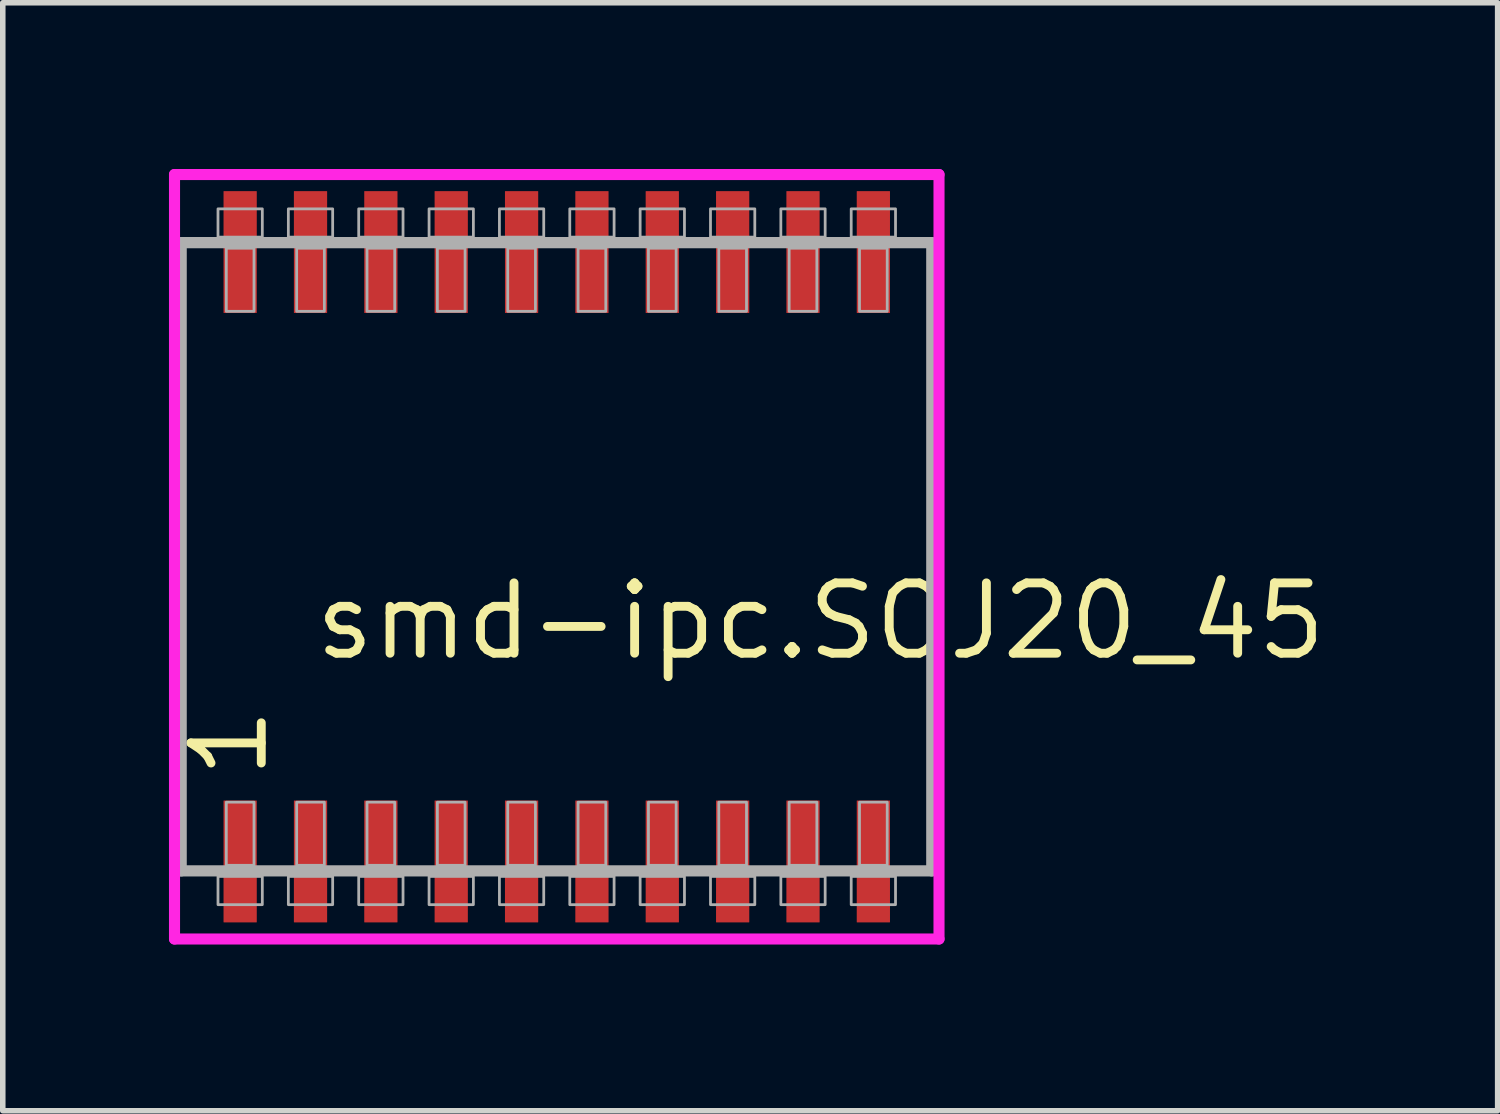
<source format=kicad_pcb>
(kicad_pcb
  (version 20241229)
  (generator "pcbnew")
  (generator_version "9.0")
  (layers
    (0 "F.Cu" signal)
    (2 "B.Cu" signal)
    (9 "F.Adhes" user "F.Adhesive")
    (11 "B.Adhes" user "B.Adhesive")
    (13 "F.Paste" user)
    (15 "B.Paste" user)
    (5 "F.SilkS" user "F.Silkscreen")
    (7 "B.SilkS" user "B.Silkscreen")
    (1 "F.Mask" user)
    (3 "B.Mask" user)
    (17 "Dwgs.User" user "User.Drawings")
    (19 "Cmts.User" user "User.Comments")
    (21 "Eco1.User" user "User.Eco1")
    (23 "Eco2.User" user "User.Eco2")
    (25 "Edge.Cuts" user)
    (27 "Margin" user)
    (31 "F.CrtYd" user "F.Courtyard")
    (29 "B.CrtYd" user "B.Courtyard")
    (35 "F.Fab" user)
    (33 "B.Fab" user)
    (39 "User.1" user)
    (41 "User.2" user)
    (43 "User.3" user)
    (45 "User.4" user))
  (footprint "smd-ipc.SOJ20_45"
    (layer "F.Cu")
    (at 7 7)
    (property "Reference" "smd-ipc.SOJ20_45" (at -4.445 1.905 0) (layer "F.SilkS") (effects (font (size 1.27 1.27) (thickness 0.16)) (justify left bottom)))
    (attr smd)
    (fp_line (start -6.9 -6.9) (end 6.9 -6.9) (stroke (width 0.2) (type default)) (layer "F.CrtYd"))
    (fp_line (start -6.9 6.9) (end -6.9 -6.9) (stroke (width 0.2) (type default)) (layer "F.CrtYd"))
    (fp_line (start 6.9 -6.9) (end 6.9 6.9) (stroke (width 0.2) (type default)) (layer "F.CrtYd"))
    (fp_line (start 6.9 6.9) (end -6.9 6.9) (stroke (width 0.2) (type default)) (layer "F.CrtYd"))
    (fp_line (start -6.78 -5.67) (end 6.77 -5.67) (stroke (width 0.203) (type default)) (layer "F.Fab"))
    (fp_line (start -6.78 5.67) (end -6.78 -5.67) (stroke (width 0.203) (type default)) (layer "F.Fab"))
    (fp_line (start 6.77 -5.67) (end 6.77 5.67) (stroke (width 0.203) (type default)) (layer "F.Fab"))
    (fp_line (start 6.77 5.67) (end -6.78 5.67) (stroke (width 0.203) (type default)) (layer "F.Fab"))
    (fp_rect (start -6.115 -5.77) (end -5.315 -6.28) (stroke (width 0.05) (type default)) (fill no) (layer "F.Fab"))
    (fp_rect (start -6.115 6.28) (end -5.315 5.77) (stroke (width 0.05) (type default)) (fill no) (layer "F.Fab"))
    (fp_rect (start -5.965 -4.43) (end -5.465 -5.57) (stroke (width 0.05) (type default)) (fill no) (layer "F.Fab"))
    (fp_rect (start -5.965 5.57) (end -5.465 4.43) (stroke (width 0.05) (type default)) (fill no) (layer "F.Fab"))
    (fp_rect (start -4.845 -5.77) (end -4.045 -6.28) (stroke (width 0.05) (type default)) (fill no) (layer "F.Fab"))
    (fp_rect (start -4.845 6.28) (end -4.045 5.77) (stroke (width 0.05) (type default)) (fill no) (layer "F.Fab"))
    (fp_rect (start -4.695 -4.43) (end -4.195 -5.57) (stroke (width 0.05) (type default)) (fill no) (layer "F.Fab"))
    (fp_rect (start -4.695 5.57) (end -4.195 4.43) (stroke (width 0.05) (type default)) (fill no) (layer "F.Fab"))
    (fp_rect (start -3.575 -5.77) (end -2.775 -6.28) (stroke (width 0.05) (type default)) (fill no) (layer "F.Fab"))
    (fp_rect (start -3.575 6.28) (end -2.775 5.77) (stroke (width 0.05) (type default)) (fill no) (layer "F.Fab"))
    (fp_rect (start -3.425 -4.43) (end -2.925 -5.57) (stroke (width 0.05) (type default)) (fill no) (layer "F.Fab"))
    (fp_rect (start -3.425 5.57) (end -2.925 4.43) (stroke (width 0.05) (type default)) (fill no) (layer "F.Fab"))
    (fp_rect (start -2.305 -5.77) (end -1.505 -6.28) (stroke (width 0.05) (type default)) (fill no) (layer "F.Fab"))
    (fp_rect (start -2.305 6.28) (end -1.505 5.77) (stroke (width 0.05) (type default)) (fill no) (layer "F.Fab"))
    (fp_rect (start -2.155 -4.43) (end -1.655 -5.57) (stroke (width 0.05) (type default)) (fill no) (layer "F.Fab"))
    (fp_rect (start -2.155 5.57) (end -1.655 4.43) (stroke (width 0.05) (type default)) (fill no) (layer "F.Fab"))
    (fp_rect (start -1.035 -5.77) (end -0.235 -6.28) (stroke (width 0.05) (type default)) (fill no) (layer "F.Fab"))
    (fp_rect (start -1.035 6.28) (end -0.235 5.77) (stroke (width 0.05) (type default)) (fill no) (layer "F.Fab"))
    (fp_rect (start -0.885 -4.43) (end -0.385 -5.57) (stroke (width 0.05) (type default)) (fill no) (layer "F.Fab"))
    (fp_rect (start -0.885 5.57) (end -0.385 4.43) (stroke (width 0.05) (type default)) (fill no) (layer "F.Fab"))
    (fp_rect (start 0.235 -5.77) (end 1.035 -6.28) (stroke (width 0.05) (type default)) (fill no) (layer "F.Fab"))
    (fp_rect (start 0.235 6.28) (end 1.035 5.77) (stroke (width 0.05) (type default)) (fill no) (layer "F.Fab"))
    (fp_rect (start 0.385 -4.43) (end 0.885 -5.57) (stroke (width 0.05) (type default)) (fill no) (layer "F.Fab"))
    (fp_rect (start 0.385 5.57) (end 0.885 4.43) (stroke (width 0.05) (type default)) (fill no) (layer "F.Fab"))
    (fp_rect (start 1.505 -5.77) (end 2.305 -6.28) (stroke (width 0.05) (type default)) (fill no) (layer "F.Fab"))
    (fp_rect (start 1.505 6.28) (end 2.305 5.77) (stroke (width 0.05) (type default)) (fill no) (layer "F.Fab"))
    (fp_rect (start 1.655 -4.43) (end 2.155 -5.57) (stroke (width 0.05) (type default)) (fill no) (layer "F.Fab"))
    (fp_rect (start 1.655 5.57) (end 2.155 4.43) (stroke (width 0.05) (type default)) (fill no) (layer "F.Fab"))
    (fp_rect (start 2.775 -5.77) (end 3.575 -6.28) (stroke (width 0.05) (type default)) (fill no) (layer "F.Fab"))
    (fp_rect (start 2.775 6.28) (end 3.575 5.77) (stroke (width 0.05) (type default)) (fill no) (layer "F.Fab"))
    (fp_rect (start 2.925 -4.43) (end 3.425 -5.57) (stroke (width 0.05) (type default)) (fill no) (layer "F.Fab"))
    (fp_rect (start 2.925 5.57) (end 3.425 4.43) (stroke (width 0.05) (type default)) (fill no) (layer "F.Fab"))
    (fp_rect (start 4.045 -5.77) (end 4.845 -6.28) (stroke (width 0.05) (type default)) (fill no) (layer "F.Fab"))
    (fp_rect (start 4.045 6.28) (end 4.845 5.77) (stroke (width 0.05) (type default)) (fill no) (layer "F.Fab"))
    (fp_rect (start 4.195 -4.43) (end 4.695 -5.57) (stroke (width 0.05) (type default)) (fill no) (layer "F.Fab"))
    (fp_rect (start 4.195 5.57) (end 4.695 4.43) (stroke (width 0.05) (type default)) (fill no) (layer "F.Fab"))
    (fp_rect (start 5.315 -5.77) (end 6.115 -6.28) (stroke (width 0.05) (type default)) (fill no) (layer "F.Fab"))
    (fp_rect (start 5.315 6.28) (end 6.115 5.77) (stroke (width 0.05) (type default)) (fill no) (layer "F.Fab"))
    (fp_rect (start 5.465 -4.43) (end 5.965 -5.57) (stroke (width 0.05) (type default)) (fill no) (layer "F.Fab"))
    (fp_rect (start 5.465 5.57) (end 5.965 4.43) (stroke (width 0.05) (type default)) (fill no) (layer "F.Fab"))
    (fp_text user "1" (at -5.17 4.07 90) (layer "F.SilkS") (effects (font (size 1.27 1.27) (thickness 0.16)) (justify left bottom)))
    (pad "1" smd roundrect (at -5.715 5.5) (size 0.6 2.2) (layers "F.Cu" "F.Mask" "F.Paste") (roundrect_rratio 0.01))
    (pad "2" smd roundrect (at -4.445 5.5) (size 0.6 2.2) (layers "F.Cu" "F.Mask" "F.Paste") (roundrect_rratio 0.01))
    (pad "3" smd roundrect (at -3.175 5.5) (size 0.6 2.2) (layers "F.Cu" "F.Mask" "F.Paste") (roundrect_rratio 0.01))
    (pad "4" smd roundrect (at -1.905 5.5) (size 0.6 2.2) (layers "F.Cu" "F.Mask" "F.Paste") (roundrect_rratio 0.01))
    (pad "5" smd roundrect (at -0.635 5.5) (size 0.6 2.2) (layers "F.Cu" "F.Mask" "F.Paste") (roundrect_rratio 0.01))
    (pad "6" smd roundrect (at 0.635 5.5) (size 0.6 2.2) (layers "F.Cu" "F.Mask" "F.Paste") (roundrect_rratio 0.01))
    (pad "7" smd roundrect (at 1.905 5.5) (size 0.6 2.2) (layers "F.Cu" "F.Mask" "F.Paste") (roundrect_rratio 0.01))
    (pad "8" smd roundrect (at 3.175 5.5) (size 0.6 2.2) (layers "F.Cu" "F.Mask" "F.Paste") (roundrect_rratio 0.01))
    (pad "9" smd roundrect (at 4.445 5.5) (size 0.6 2.2) (layers "F.Cu" "F.Mask" "F.Paste") (roundrect_rratio 0.01))
    (pad "10" smd roundrect (at 5.715 5.5) (size 0.6 2.2) (layers "F.Cu" "F.Mask" "F.Paste") (roundrect_rratio 0.01))
    (pad "11" smd roundrect (at 5.715 -5.5) (size 0.6 2.2) (layers "F.Cu" "F.Mask" "F.Paste") (roundrect_rratio 0.01))
    (pad "12" smd roundrect (at 4.445 -5.5) (size 0.6 2.2) (layers "F.Cu" "F.Mask" "F.Paste") (roundrect_rratio 0.01))
    (pad "13" smd roundrect (at 3.175 -5.5) (size 0.6 2.2) (layers "F.Cu" "F.Mask" "F.Paste") (roundrect_rratio 0.01))
    (pad "14" smd roundrect (at 1.905 -5.5) (size 0.6 2.2) (layers "F.Cu" "F.Mask" "F.Paste") (roundrect_rratio 0.01))
    (pad "15" smd roundrect (at 0.635 -5.5) (size 0.6 2.2) (layers "F.Cu" "F.Mask" "F.Paste") (roundrect_rratio 0.01))
    (pad "16" smd roundrect (at -0.635 -5.5) (size 0.6 2.2) (layers "F.Cu" "F.Mask" "F.Paste") (roundrect_rratio 0.01))
    (pad "17" smd roundrect (at -1.905 -5.5) (size 0.6 2.2) (layers "F.Cu" "F.Mask" "F.Paste") (roundrect_rratio 0.01))
    (pad "18" smd roundrect (at -3.175 -5.5) (size 0.6 2.2) (layers "F.Cu" "F.Mask" "F.Paste") (roundrect_rratio 0.01))
    (pad "19" smd roundrect (at -4.445 -5.5) (size 0.6 2.2) (layers "F.Cu" "F.Mask" "F.Paste") (roundrect_rratio 0.01))
    (pad "20" smd roundrect (at -5.715 -5.5) (size 0.6 2.2) (layers "F.Cu" "F.Mask" "F.Paste") (roundrect_rratio 0.01)))
  (gr_rect
    (start -3 -3)
    (end 23.984 17)
    (stroke (width 0.1) (type default))
    (fill no)
    (layer "Edge.Cuts")))
</source>
